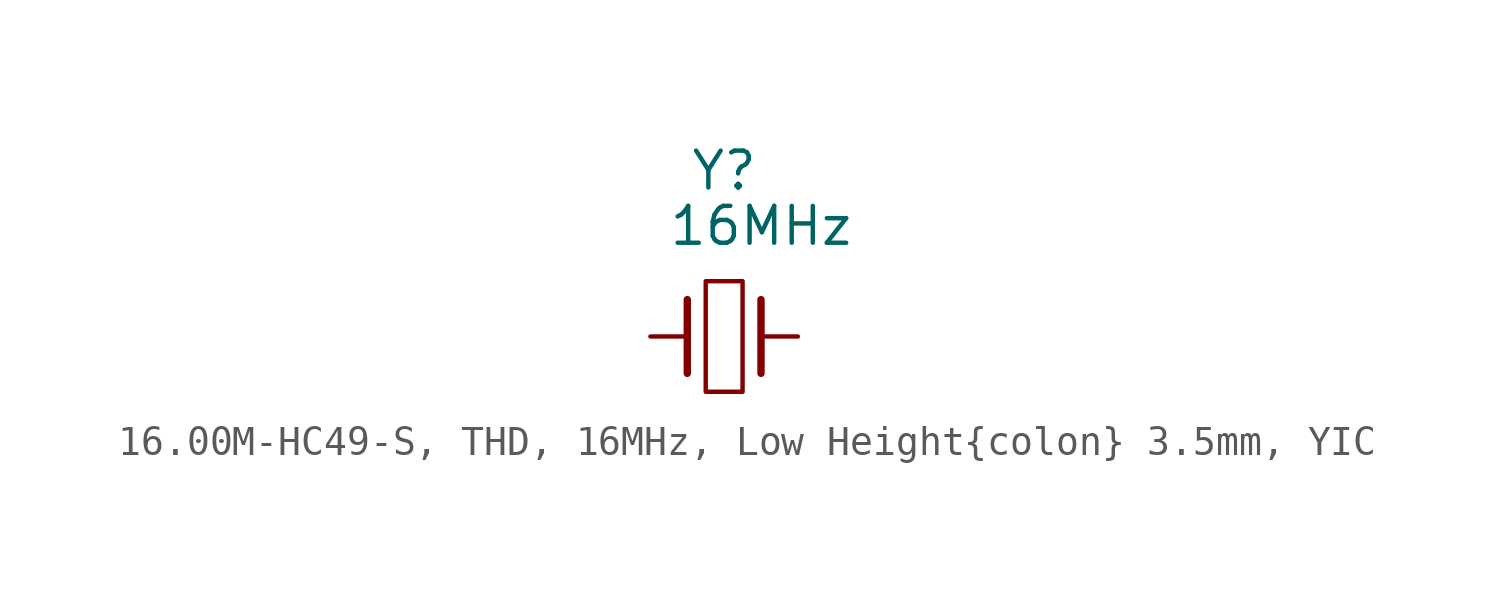
<source format=kicad_sym>
(kicad_symbol_lib
  (version 20241209)
  (generator "kicad_symbol_editor")
  (generator_version "9.0")
  (symbol "16.00M-HC49-S, THD, 16MHz, Low Height{colon} 3.5mm, YIC"
    (pin_numbers
      (hide yes))
    (pin_names
      (offset 0)
      (hide yes))
    (property "Reference" "Y"
      (at 0 5.715 0)
      (effects (font (size 1.27 1.27))))
    (property "Value" "16MHz"
      (at 1.27 3.81 0)
      (effects (font (size 1.27 1.27))))
    (symbol "16.00M-HC49-S, THD, 16MHz, Low Height{colon} 3.5mm, YIC_0_1"
      (polyline (pts (xy -1.27 1.27) (xy -1.27 -1.27)) (stroke (width 0.254) (type default)) (fill (type none)))
      (rectangle (start -0.635 -1.905) (end 0.635 1.905) (stroke (width 0) (type default)) (fill (type none)))
      (polyline (pts (xy 1.27 1.27) (xy 1.27 -1.27)) (stroke (width 0.254) (type default)) (fill (type none))))
    (symbol "16.00M-HC49-S, THD, 16MHz, Low Height{colon} 3.5mm, YIC_1_1"
      (pin passive line (at -2.54 0 0) (length 1.27) (name "1" (effects (font (size 1.27 1.27)))) (number "1" (effects (font (size 1.27 1.27)))))
      (pin passive line (at 2.54 0 180) (length 1.27) (name "2" (effects (font (size 1.27 1.27)))) (number "2" (effects (font (size 1.27 1.27))))))))
</source>
